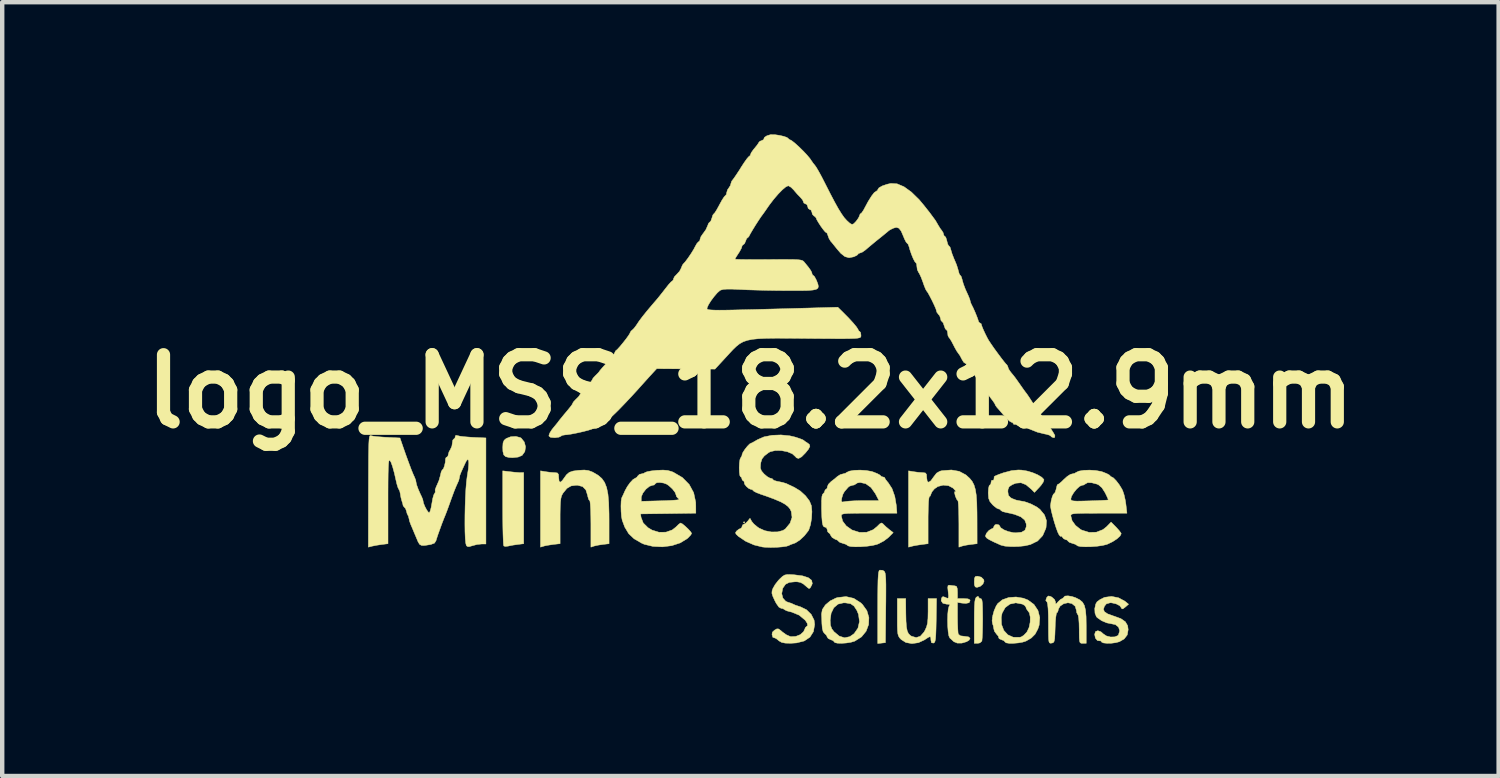
<source format=kicad_pcb>
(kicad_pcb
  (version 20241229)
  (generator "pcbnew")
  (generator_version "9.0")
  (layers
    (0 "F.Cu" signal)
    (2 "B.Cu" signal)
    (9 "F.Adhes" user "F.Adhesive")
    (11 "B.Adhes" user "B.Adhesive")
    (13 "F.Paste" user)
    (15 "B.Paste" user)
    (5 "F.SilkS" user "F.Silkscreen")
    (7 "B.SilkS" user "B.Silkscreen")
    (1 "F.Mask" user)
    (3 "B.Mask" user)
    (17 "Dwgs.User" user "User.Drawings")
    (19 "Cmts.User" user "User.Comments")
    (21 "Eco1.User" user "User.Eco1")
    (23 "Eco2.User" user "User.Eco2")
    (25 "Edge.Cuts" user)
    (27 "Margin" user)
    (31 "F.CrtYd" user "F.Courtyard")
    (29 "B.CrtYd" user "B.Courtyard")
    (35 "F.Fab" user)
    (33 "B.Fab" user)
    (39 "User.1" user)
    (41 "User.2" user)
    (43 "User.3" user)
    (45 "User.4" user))
  (footprint "logo_MSS_18.2x12.9mm"
    (layer "F.Cu")
    (at 13.977 5.833)
    (property "Reference" "logo_MSS_18.2x12.9mm" (at 0 0 0) (layer "F.SilkS") (effects (font (size 1.524 1.524) (thickness 0.3))))
    (attr through_hole)
    (fp_poly (pts (xy -0.127 2.969) (xy -0.143 2.985) (xy -0.159 2.969) (xy -0.143 2.953) (xy -0.127 2.969)) (stroke (width 0.01) (type solid)) (fill yes) (layer "F.SilkS"))
    (fp_poly (pts (xy 5.238 4.213) (xy 5.293 4.267) (xy 5.302 4.306) (xy 5.276 4.369) (xy 5.213 4.423) (xy 5.141 4.445) (xy 5.101 4.434) (xy 5.083 4.388) (xy 5.08 4.318) (xy 5.085 4.236) (xy 5.105 4.199) (xy 5.152 4.191) (xy 5.153 4.191) (xy 5.238 4.213)) (stroke (width 0.01) (type solid)) (fill yes) (layer "F.SilkS"))
    (fp_poly (pts (xy -5.453 1.821) (xy -5.343 1.833) (xy -5.249 1.84) (xy -5.215 1.841) (xy -5.144 1.841) (xy -5.144 3.454) (xy -5.278 3.471) (xy -5.385 3.486) (xy -5.477 3.504) (xy -5.493 3.508) (xy -5.561 3.516) (xy -5.596 3.505) (xy -5.603 3.469) (xy -5.608 3.377) (xy -5.613 3.239) (xy -5.617 3.063) (xy -5.619 2.858) (xy -5.62 2.641) (xy -5.62 1.801) (xy -5.453 1.821)) (stroke (width 0.01) (type solid)) (fill yes) (layer "F.SilkS"))
    (fp_poly (pts (xy -5.222 1.046) (xy -5.2 1.059) (xy -5.13 1.147) (xy -5.102 1.255) (xy -5.118 1.363) (xy -5.179 1.449) (xy -5.18 1.45) (xy -5.269 1.488) (xy -5.397 1.502) (xy -5.477 1.497) (xy -5.553 1.479) (xy -5.597 1.438) (xy -5.616 1.359) (xy -5.619 1.266) (xy -5.613 1.167) (xy -5.588 1.107) (xy -5.541 1.067) (xy -5.439 1.027) (xy -5.323 1.02) (xy -5.222 1.046)) (stroke (width 0.01) (type solid)) (fill yes) (layer "F.SilkS"))
    (fp_poly (pts (xy 2.994 4.056) (xy 3.03 4.074) (xy 3.046 4.092) (xy 3.058 4.124) (xy 3.066 4.178) (xy 3.072 4.261) (xy 3.075 4.381) (xy 3.075 4.546) (xy 3.074 4.762) (xy 3.072 4.905) (xy 3.064 5.699) (xy 2.977 5.709) (xy 2.889 5.719) (xy 2.889 4.895) (xy 2.89 4.638) (xy 2.892 4.438) (xy 2.895 4.287) (xy 2.901 4.181) (xy 2.908 4.111) (xy 2.919 4.071) (xy 2.933 4.054) (xy 2.934 4.054) (xy 2.994 4.056)) (stroke (width 0.01) (type solid)) (fill yes) (layer "F.SilkS"))
    (fp_poly (pts (xy 5.175 4.663) (xy 5.201 4.695) (xy 5.223 4.699) (xy 5.242 4.708) (xy 5.255 4.74) (xy 5.264 4.805) (xy 5.268 4.911) (xy 5.27 5.068) (xy 5.271 5.157) (xy 5.269 5.324) (xy 5.266 5.472) (xy 5.26 5.586) (xy 5.254 5.654) (xy 5.251 5.665) (xy 5.208 5.704) (xy 5.156 5.715) (xy 5.08 5.715) (xy 5.08 5.211) (xy 5.081 5.013) (xy 5.085 4.87) (xy 5.092 4.772) (xy 5.103 4.71) (xy 5.12 4.675) (xy 5.128 4.667) (xy 5.167 4.646) (xy 5.175 4.663)) (stroke (width 0.01) (type solid)) (fill yes) (layer "F.SilkS"))
    (fp_poly (pts (xy 3.527 5.024) (xy 3.531 5.21) (xy 3.541 5.343) (xy 3.559 5.435) (xy 3.588 5.496) (xy 3.631 5.538) (xy 3.655 5.553) (xy 3.761 5.584) (xy 3.856 5.554) (xy 3.939 5.46) (xy 3.961 5.422) (xy 3.997 5.342) (xy 4.019 5.257) (xy 4.029 5.148) (xy 4.032 4.994) (xy 4.032 4.993) (xy 4.032 4.699) (xy 4.224 4.699) (xy 4.216 5.199) (xy 4.212 5.388) (xy 4.207 5.524) (xy 4.2 5.615) (xy 4.189 5.669) (xy 4.174 5.698) (xy 4.153 5.709) (xy 4.151 5.709) (xy 4.109 5.7) (xy 4.096 5.643) (xy 4.096 5.638) (xy 4.093 5.582) (xy 4.078 5.562) (xy 4.036 5.579) (xy 3.955 5.632) (xy 3.95 5.636) (xy 3.812 5.7) (xy 3.665 5.72) (xy 3.529 5.696) (xy 3.421 5.628) (xy 3.419 5.626) (xy 3.384 5.588) (xy 3.361 5.549) (xy 3.346 5.499) (xy 3.338 5.423) (xy 3.334 5.311) (xy 3.334 5.15) (xy 3.334 5.118) (xy 3.334 4.699) (xy 3.524 4.699) (xy 3.527 5.024)) (stroke (width 0.01) (type solid)) (fill yes) (layer "F.SilkS"))
    (fp_poly (pts (xy 4.528 4.397) (xy 4.611 4.408) (xy 4.643 4.411) (xy 4.679 4.426) (xy 4.695 4.476) (xy 4.699 4.556) (xy 4.699 4.699) (xy 4.842 4.699) (xy 4.938 4.706) (xy 4.981 4.729) (xy 4.985 4.744) (xy 4.962 4.793) (xy 4.889 4.809) (xy 4.802 4.802) (xy 4.699 4.786) (xy 4.699 5.121) (xy 4.701 5.265) (xy 4.706 5.388) (xy 4.712 5.475) (xy 4.718 5.506) (xy 4.765 5.544) (xy 4.861 5.556) (xy 4.951 5.569) (xy 4.985 5.601) (xy 4.961 5.644) (xy 4.904 5.678) (xy 4.797 5.709) (xy 4.693 5.709) (xy 4.618 5.678) (xy 4.613 5.674) (xy 4.555 5.62) (xy 4.526 5.595) (xy 4.503 5.545) (xy 4.487 5.448) (xy 4.477 5.323) (xy 4.474 5.186) (xy 4.478 5.055) (xy 4.489 4.945) (xy 4.507 4.875) (xy 4.515 4.864) (xy 4.528 4.838) (xy 4.491 4.827) (xy 4.455 4.826) (xy 4.368 4.806) (xy 4.329 4.75) (xy 4.338 4.684) (xy 4.368 4.654) (xy 4.414 4.668) (xy 4.467 4.692) (xy 4.492 4.685) (xy 4.496 4.636) (xy 4.487 4.542) (xy 4.478 4.45) (xy 4.484 4.405) (xy 4.508 4.395) (xy 4.528 4.397)) (stroke (width 0.01) (type solid)) (fill yes) (layer "F.SilkS"))
    (fp_poly (pts (xy 2.345 4.694) (xy 2.504 4.796) (xy 2.541 4.831) (xy 2.643 4.973) (xy 2.689 5.13) (xy 2.682 5.289) (xy 2.626 5.439) (xy 2.521 5.568) (xy 2.372 5.662) (xy 2.364 5.666) (xy 2.279 5.691) (xy 2.174 5.707) (xy 2.067 5.714) (xy 1.975 5.711) (xy 1.917 5.698) (xy 1.905 5.684) (xy 1.878 5.654) (xy 1.826 5.633) (xy 1.766 5.605) (xy 1.746 5.576) (xy 1.723 5.529) (xy 1.688 5.496) (xy 1.651 5.451) (xy 1.631 5.372) (xy 1.622 5.262) (xy 1.62 5.192) (xy 1.81 5.192) (xy 1.81 5.192) (xy 1.817 5.305) (xy 1.847 5.386) (xy 1.897 5.451) (xy 2.017 5.551) (xy 2.137 5.589) (xy 2.256 5.563) (xy 2.354 5.494) (xy 2.441 5.369) (xy 2.475 5.22) (xy 2.453 5.058) (xy 2.417 4.97) (xy 2.353 4.871) (xy 2.275 4.816) (xy 2.162 4.797) (xy 2.111 4.796) (xy 1.988 4.825) (xy 1.893 4.906) (xy 1.832 5.031) (xy 1.81 5.192) (xy 1.62 5.192) (xy 1.619 5.157) (xy 1.615 5.08) (xy 1.614 5.051) (xy 1.632 4.948) (xy 1.701 4.844) (xy 1.808 4.753) (xy 1.941 4.687) (xy 1.981 4.675) (xy 2.17 4.654) (xy 2.345 4.694)) (stroke (width 0.01) (type solid)) (fill yes) (layer "F.SilkS"))
    (fp_poly (pts (xy 6.195 4.691) (xy 6.296 4.731) (xy 6.434 4.832) (xy 6.525 4.969) (xy 6.566 5.13) (xy 6.552 5.302) (xy 6.523 5.389) (xy 6.46 5.507) (xy 6.374 5.593) (xy 6.258 5.661) (xy 6.18 5.687) (xy 6.078 5.705) (xy 5.969 5.714) (xy 5.871 5.714) (xy 5.802 5.703) (xy 5.779 5.684) (xy 5.752 5.654) (xy 5.699 5.633) (xy 5.646 5.61) (xy 5.635 5.589) (xy 5.626 5.552) (xy 5.587 5.508) (xy 5.539 5.443) (xy 5.524 5.39) (xy 5.509 5.309) (xy 5.496 5.276) (xy 5.484 5.203) (xy 5.494 5.122) (xy 5.692 5.122) (xy 5.698 5.286) (xy 5.75 5.422) (xy 5.841 5.521) (xy 5.963 5.576) (xy 6.106 5.578) (xy 6.144 5.57) (xy 6.203 5.533) (xy 6.268 5.465) (xy 6.279 5.449) (xy 6.324 5.352) (xy 6.348 5.234) (xy 6.35 5.118) (xy 6.33 5.024) (xy 6.302 4.985) (xy 6.262 4.93) (xy 6.255 4.901) (xy 6.228 4.858) (xy 6.173 4.825) (xy 6.022 4.796) (xy 5.889 4.824) (xy 5.782 4.903) (xy 5.712 5.028) (xy 5.692 5.122) (xy 5.494 5.122) (xy 5.497 5.096) (xy 5.529 4.977) (xy 5.576 4.869) (xy 5.611 4.814) (xy 5.718 4.726) (xy 5.862 4.675) (xy 6.027 4.663) (xy 6.195 4.691)) (stroke (width 0.01) (type solid)) (fill yes) (layer "F.SilkS"))
    (fp_poly (pts (xy 8.352 4.681) (xy 8.495 4.757) (xy 8.505 4.765) (xy 8.581 4.827) (xy 8.505 4.893) (xy 8.451 4.933) (xy 8.426 4.929) (xy 8.42 4.913) (xy 8.381 4.861) (xy 8.3 4.819) (xy 8.199 4.796) (xy 8.164 4.794) (xy 8.077 4.819) (xy 8.033 4.873) (xy 8.011 4.943) (xy 8.034 4.999) (xy 8.108 5.047) (xy 8.238 5.094) (xy 8.25 5.097) (xy 8.407 5.155) (xy 8.508 5.225) (xy 8.56 5.314) (xy 8.572 5.404) (xy 8.551 5.524) (xy 8.482 5.614) (xy 8.373 5.677) (xy 8.293 5.699) (xy 8.194 5.712) (xy 8.095 5.714) (xy 8.014 5.706) (xy 7.972 5.688) (xy 7.969 5.681) (xy 7.946 5.657) (xy 7.93 5.659) (xy 7.873 5.65) (xy 7.828 5.595) (xy 7.811 5.511) (xy 7.831 5.448) (xy 7.884 5.428) (xy 7.954 5.453) (xy 8.007 5.5) (xy 8.078 5.547) (xy 8.173 5.571) (xy 8.268 5.568) (xy 8.338 5.539) (xy 8.351 5.524) (xy 8.38 5.431) (xy 8.354 5.348) (xy 8.284 5.29) (xy 8.192 5.271) (xy 8.086 5.25) (xy 7.969 5.2) (xy 7.873 5.133) (xy 7.852 5.112) (xy 7.819 5.031) (xy 7.814 4.925) (xy 7.836 4.823) (xy 7.866 4.772) (xy 7.933 4.722) (xy 8.026 4.676) (xy 8.044 4.67) (xy 8.194 4.65) (xy 8.352 4.681)) (stroke (width 0.01) (type solid)) (fill yes) (layer "F.SilkS"))
    (fp_poly (pts (xy -3.677 1.793) (xy -3.589 1.825) (xy -3.564 1.838) (xy -3.456 1.901) (xy -3.371 1.974) (xy -3.308 2.064) (xy -3.262 2.181) (xy -3.232 2.331) (xy -3.215 2.524) (xy -3.208 2.768) (xy -3.207 2.915) (xy -3.207 3.454) (xy -3.342 3.47) (xy -3.445 3.485) (xy -3.533 3.504) (xy -3.548 3.508) (xy -3.619 3.532) (xy -3.619 3.004) (xy -3.621 2.829) (xy -3.625 2.679) (xy -3.632 2.563) (xy -3.64 2.493) (xy -3.647 2.477) (xy -3.67 2.449) (xy -3.69 2.38) (xy -3.693 2.361) (xy -3.733 2.234) (xy -3.806 2.158) (xy -3.919 2.128) (xy -3.953 2.127) (xy -4.069 2.143) (xy -4.163 2.198) (xy -4.249 2.303) (xy -4.263 2.325) (xy -4.284 2.367) (xy -4.299 2.424) (xy -4.309 2.506) (xy -4.315 2.623) (xy -4.318 2.786) (xy -4.318 2.932) (xy -4.318 3.453) (xy -4.469 3.47) (xy -4.576 3.486) (xy -4.667 3.503) (xy -4.691 3.51) (xy -4.763 3.532) (xy -4.763 1.801) (xy -4.643 1.821) (xy -4.538 1.835) (xy -4.443 1.841) (xy -4.437 1.841) (xy -4.378 1.849) (xy -4.354 1.883) (xy -4.35 1.953) (xy -4.341 2.036) (xy -4.314 2.059) (xy -4.268 2.021) (xy -4.236 1.976) (xy -4.172 1.888) (xy -4.109 1.835) (xy -4.026 1.806) (xy -3.902 1.789) (xy -3.897 1.789) (xy -3.77 1.782) (xy -3.677 1.793)) (stroke (width 0.01) (type solid)) (fill yes) (layer "F.SilkS"))
    (fp_poly (pts (xy 4.738 1.812) (xy 4.89 1.893) (xy 4.976 1.971) (xy 5.032 2.04) (xy 5.074 2.121) (xy 5.104 2.222) (xy 5.125 2.354) (xy 5.137 2.526) (xy 5.142 2.746) (xy 5.143 2.894) (xy 5.144 3.454) (xy 5.009 3.47) (xy 4.905 3.485) (xy 4.817 3.504) (xy 4.802 3.508) (xy 4.731 3.532) (xy 4.731 3.004) (xy 4.729 2.829) (xy 4.726 2.679) (xy 4.72 2.563) (xy 4.713 2.493) (xy 4.707 2.477) (xy 4.683 2.449) (xy 4.654 2.383) (xy 4.648 2.367) (xy 4.633 2.3) (xy 4.636 2.272) (xy 4.641 2.273) (xy 4.667 2.282) (xy 4.656 2.256) (xy 4.613 2.207) (xy 4.598 2.192) (xy 4.496 2.137) (xy 4.374 2.125) (xy 4.253 2.156) (xy 4.177 2.208) (xy 4.122 2.274) (xy 4.096 2.33) (xy 4.096 2.335) (xy 4.078 2.376) (xy 4.064 2.381) (xy 4.052 2.412) (xy 4.042 2.502) (xy 4.036 2.646) (xy 4.032 2.839) (xy 4.032 2.918) (xy 4.032 3.454) (xy 3.897 3.471) (xy 3.789 3.487) (xy 3.691 3.505) (xy 3.675 3.509) (xy 3.588 3.532) (xy 3.588 1.801) (xy 3.707 1.821) (xy 3.812 1.835) (xy 3.908 1.841) (xy 3.913 1.841) (xy 3.972 1.849) (xy 3.996 1.883) (xy 4 1.953) (xy 4.012 2.036) (xy 4.044 2.06) (xy 4.095 2.026) (xy 4.157 1.94) (xy 4.224 1.853) (xy 4.3 1.809) (xy 4.347 1.797) (xy 4.561 1.781) (xy 4.738 1.812)) (stroke (width 0.01) (type solid)) (fill yes) (layer "F.SilkS"))
    (fp_poly (pts (xy 7.299 4.653) (xy 7.378 4.679) (xy 7.469 4.725) (xy 7.535 4.78) (xy 7.578 4.855) (xy 7.604 4.962) (xy 7.617 5.11) (xy 7.62 5.307) (xy 7.62 5.715) (xy 7.541 5.715) (xy 7.505 5.713) (xy 7.481 5.699) (xy 7.469 5.663) (xy 7.463 5.591) (xy 7.461 5.472) (xy 7.461 5.399) (xy 7.458 5.261) (xy 7.45 5.15) (xy 7.438 5.081) (xy 7.429 5.064) (xy 7.405 5.02) (xy 7.398 4.969) (xy 7.37 4.874) (xy 7.295 4.812) (xy 7.205 4.794) (xy 7.108 4.816) (xy 7.029 4.869) (xy 6.987 4.941) (xy 6.985 4.96) (xy 6.971 5.008) (xy 6.954 5.016) (xy 6.941 5.046) (xy 6.929 5.127) (xy 6.919 5.248) (xy 6.915 5.358) (xy 6.91 5.509) (xy 6.904 5.607) (xy 6.893 5.666) (xy 6.876 5.695) (xy 6.849 5.707) (xy 6.834 5.709) (xy 6.806 5.712) (xy 6.787 5.703) (xy 6.774 5.674) (xy 6.767 5.615) (xy 6.764 5.517) (xy 6.763 5.37) (xy 6.763 5.259) (xy 6.761 5.077) (xy 6.755 4.931) (xy 6.745 4.829) (xy 6.733 4.781) (xy 6.731 4.778) (xy 6.702 4.741) (xy 6.72 4.684) (xy 6.729 4.669) (xy 6.759 4.64) (xy 6.804 4.648) (xy 6.84 4.666) (xy 6.902 4.721) (xy 6.923 4.776) (xy 6.926 4.819) (xy 6.943 4.816) (xy 6.983 4.77) (xy 7.037 4.719) (xy 7.077 4.699) (xy 7.11 4.676) (xy 7.112 4.667) (xy 7.139 4.642) (xy 7.207 4.637) (xy 7.299 4.653)) (stroke (width 0.01) (type solid)) (fill yes) (layer "F.SilkS"))
    (fp_poly (pts (xy 0.931 4.155) (xy 1 4.16) (xy 1.185 4.184) (xy 1.315 4.226) (xy 1.389 4.284) (xy 1.405 4.357) (xy 1.39 4.396) (xy 1.356 4.458) (xy 1.33 4.472) (xy 1.295 4.447) (xy 1.288 4.441) (xy 1.204 4.369) (xy 1.137 4.332) (xy 1.065 4.319) (xy 1.015 4.318) (xy 0.884 4.331) (xy 0.797 4.374) (xy 0.739 4.457) (xy 0.731 4.476) (xy 0.711 4.587) (xy 0.737 4.688) (xy 0.802 4.761) (xy 0.853 4.783) (xy 0.928 4.806) (xy 0.968 4.825) (xy 1.017 4.847) (xy 1.1 4.875) (xy 1.133 4.885) (xy 1.272 4.952) (xy 1.38 5.058) (xy 1.445 5.187) (xy 1.458 5.286) (xy 1.43 5.449) (xy 1.351 5.574) (xy 1.223 5.66) (xy 1.046 5.705) (xy 0.919 5.713) (xy 0.793 5.71) (xy 0.711 5.694) (xy 0.654 5.662) (xy 0.642 5.652) (xy 0.583 5.605) (xy 0.541 5.588) (xy 0.509 5.578) (xy 0.508 5.575) (xy 0.498 5.537) (xy 0.49 5.514) (xy 0.5 5.46) (xy 0.549 5.415) (xy 0.601 5.386) (xy 0.642 5.389) (xy 0.695 5.429) (xy 0.725 5.456) (xy 0.812 5.519) (xy 0.902 5.559) (xy 0.92 5.563) (xy 1.031 5.557) (xy 1.133 5.517) (xy 1.206 5.451) (xy 1.226 5.409) (xy 1.251 5.352) (xy 1.273 5.334) (xy 1.299 5.312) (xy 1.289 5.259) (xy 1.245 5.191) (xy 1.245 5.191) (xy 1.106 5.075) (xy 0.935 5.005) (xy 0.909 4.999) (xy 0.829 4.978) (xy 0.779 4.954) (xy 0.776 4.949) (xy 0.733 4.925) (xy 0.699 4.921) (xy 0.647 4.893) (xy 0.586 4.807) (xy 0.554 4.746) (xy 0.508 4.645) (xy 0.488 4.578) (xy 0.492 4.522) (xy 0.511 4.469) (xy 0.56 4.383) (xy 0.634 4.288) (xy 0.665 4.255) (xy 0.727 4.197) (xy 0.778 4.165) (xy 0.839 4.153) (xy 0.931 4.155)) (stroke (width 0.01) (type solid)) (fill yes) (layer "F.SilkS"))
    (fp_poly (pts (xy -1.875 1.792) (xy -1.781 1.819) (xy -1.746 1.834) (xy -1.543 1.953) (xy -1.389 2.109) (xy -1.287 2.297) (xy -1.241 2.513) (xy -1.239 2.579) (xy -1.238 2.761) (xy -1.865 2.77) (xy -2.492 2.778) (xy -2.481 2.856) (xy -2.432 2.983) (xy -2.323 3.091) (xy -2.23 3.146) (xy -2.074 3.194) (xy -1.916 3.192) (xy -1.774 3.142) (xy -1.691 3.077) (xy -1.631 3.018) (xy -1.589 2.986) (xy -1.583 2.985) (xy -1.543 3.005) (xy -1.481 3.056) (xy -1.413 3.12) (xy -1.358 3.18) (xy -1.334 3.218) (xy -1.333 3.22) (xy -1.356 3.259) (xy -1.411 3.318) (xy -1.435 3.339) (xy -1.591 3.435) (xy -1.784 3.498) (xy -1.997 3.525) (xy -2.211 3.515) (xy -2.409 3.467) (xy -2.47 3.44) (xy -2.639 3.342) (xy -2.761 3.227) (xy -2.851 3.077) (xy -2.909 2.921) (xy -2.925 2.837) (xy -2.934 2.722) (xy -2.937 2.6) (xy -2.933 2.492) (xy -2.477 2.492) (xy -2.056 2.481) (xy -1.899 2.476) (xy -1.766 2.469) (xy -1.67 2.462) (xy -1.622 2.455) (xy -1.619 2.453) (xy -1.628 2.429) (xy -1.643 2.422) (xy -1.678 2.382) (xy -1.684 2.355) (xy -1.709 2.289) (xy -1.77 2.21) (xy -1.852 2.135) (xy -1.899 2.103) (xy -1.97 2.077) (xy -2.053 2.065) (xy -2.123 2.069) (xy -2.158 2.09) (xy -2.159 2.095) (xy -2.185 2.122) (xy -2.22 2.127) (xy -2.293 2.153) (xy -2.372 2.218) (xy -2.438 2.303) (xy -2.474 2.386) (xy -2.477 2.408) (xy -2.477 2.492) (xy -2.933 2.492) (xy -2.933 2.492) (xy -2.922 2.421) (xy -2.919 2.413) (xy -2.89 2.353) (xy -2.852 2.268) (xy -2.846 2.254) (xy -2.794 2.159) (xy -2.729 2.068) (xy -2.665 1.999) (xy -2.615 1.969) (xy -2.611 1.968) (xy -2.573 1.943) (xy -2.56 1.921) (xy -2.517 1.88) (xy -2.484 1.873) (xy -2.416 1.856) (xy -2.392 1.839) (xy -2.345 1.821) (xy -2.254 1.803) (xy -2.137 1.79) (xy -2.124 1.789) (xy -1.981 1.783) (xy -1.875 1.792)) (stroke (width 0.01) (type solid)) (fill yes) (layer "F.SilkS"))
    (fp_poly (pts (xy 6.152 1.784) (xy 6.275 1.804) (xy 6.404 1.842) (xy 6.521 1.892) (xy 6.611 1.946) (xy 6.658 1.996) (xy 6.661 2.005) (xy 6.646 2.054) (xy 6.597 2.126) (xy 6.558 2.171) (xy 6.446 2.29) (xy 6.374 2.217) (xy 6.253 2.115) (xy 6.14 2.071) (xy 6.023 2.081) (xy 5.942 2.114) (xy 5.871 2.161) (xy 5.845 2.224) (xy 5.842 2.272) (xy 5.854 2.356) (xy 5.903 2.409) (xy 5.936 2.428) (xy 6.025 2.463) (xy 6.102 2.479) (xy 6.224 2.501) (xy 6.364 2.551) (xy 6.493 2.618) (xy 6.568 2.673) (xy 6.673 2.801) (xy 6.719 2.933) (xy 6.709 3.082) (xy 6.703 3.108) (xy 6.632 3.271) (xy 6.517 3.392) (xy 6.352 3.473) (xy 6.348 3.474) (xy 6.223 3.502) (xy 6.071 3.518) (xy 5.915 3.52) (xy 5.777 3.509) (xy 5.683 3.486) (xy 5.531 3.418) (xy 5.428 3.367) (xy 5.367 3.329) (xy 5.339 3.297) (xy 5.334 3.274) (xy 5.358 3.215) (xy 5.413 3.153) (xy 5.475 3.115) (xy 5.493 3.111) (xy 5.521 3.086) (xy 5.524 3.064) (xy 5.551 3.025) (xy 5.588 3.016) (xy 5.64 3.028) (xy 5.652 3.045) (xy 5.68 3.092) (xy 5.754 3.14) (xy 5.855 3.179) (xy 5.966 3.203) (xy 6.024 3.207) (xy 6.153 3.193) (xy 6.23 3.149) (xy 6.26 3.068) (xy 6.259 3.004) (xy 6.224 2.916) (xy 6.136 2.844) (xy 5.992 2.787) (xy 5.805 2.745) (xy 5.727 2.726) (xy 5.686 2.702) (xy 5.683 2.696) (xy 5.658 2.67) (xy 5.636 2.667) (xy 5.586 2.645) (xy 5.518 2.591) (xy 5.493 2.567) (xy 5.434 2.496) (xy 5.406 2.424) (xy 5.398 2.322) (xy 5.397 2.297) (xy 5.403 2.203) (xy 5.417 2.141) (xy 5.429 2.127) (xy 5.455 2.101) (xy 5.461 2.062) (xy 5.473 2.018) (xy 5.493 2.016) (xy 5.522 2.01) (xy 5.531 1.955) (xy 5.53 1.934) (xy 5.557 1.916) (xy 5.629 1.885) (xy 5.733 1.848) (xy 5.749 1.843) (xy 5.925 1.796) (xy 6.079 1.781) (xy 6.152 1.784)) (stroke (width 0.01) (type solid)) (fill yes) (layer "F.SilkS"))
    (fp_poly (pts (xy 7.834 1.793) (xy 7.959 1.815) (xy 7.998 1.828) (xy 8.088 1.864) (xy 8.146 1.896) (xy 8.16 1.911) (xy 8.184 1.936) (xy 8.194 1.937) (xy 8.239 1.962) (xy 8.302 2.027) (xy 8.37 2.116) (xy 8.429 2.213) (xy 8.448 2.252) (xy 8.48 2.348) (xy 8.508 2.474) (xy 8.521 2.564) (xy 8.544 2.762) (xy 7.907 2.762) (xy 7.691 2.763) (xy 7.53 2.764) (xy 7.417 2.767) (xy 7.342 2.773) (xy 7.298 2.782) (xy 7.277 2.796) (xy 7.271 2.815) (xy 7.271 2.823) (xy 7.299 2.931) (xy 7.376 3.038) (xy 7.487 3.127) (xy 7.519 3.145) (xy 7.685 3.197) (xy 7.849 3.193) (xy 7.998 3.135) (xy 8.083 3.068) (xy 8.184 2.964) (xy 8.299 3.08) (xy 8.364 3.152) (xy 8.406 3.208) (xy 8.414 3.228) (xy 8.387 3.28) (xy 8.317 3.344) (xy 8.219 3.408) (xy 8.109 3.461) (xy 8.081 3.472) (xy 7.984 3.495) (xy 7.861 3.512) (xy 7.728 3.522) (xy 7.6 3.524) (xy 7.495 3.519) (xy 7.428 3.505) (xy 7.415 3.495) (xy 7.374 3.468) (xy 7.302 3.445) (xy 7.236 3.422) (xy 7.207 3.395) (xy 7.207 3.395) (xy 7.182 3.369) (xy 7.161 3.365) (xy 7.109 3.341) (xy 7.083 3.31) (xy 7.057 3.278) (xy 7.049 3.285) (xy 7.034 3.287) (xy 7.003 3.251) (xy 6.972 3.188) (xy 6.934 3.083) (xy 6.893 2.954) (xy 6.856 2.82) (xy 6.826 2.699) (xy 6.811 2.611) (xy 6.81 2.584) (xy 6.825 2.48) (xy 6.837 2.435) (xy 7.271 2.435) (xy 7.275 2.459) (xy 7.292 2.475) (xy 7.335 2.484) (xy 7.411 2.488) (xy 7.532 2.486) (xy 7.691 2.482) (xy 7.847 2.477) (xy 7.979 2.471) (xy 8.073 2.466) (xy 8.119 2.462) (xy 8.121 2.462) (xy 8.112 2.432) (xy 8.081 2.363) (xy 8.048 2.296) (xy 7.976 2.183) (xy 7.9 2.118) (xy 7.862 2.101) (xy 7.742 2.07) (xy 7.651 2.069) (xy 7.604 2.095) (xy 7.559 2.123) (xy 7.526 2.127) (xy 7.47 2.152) (xy 7.401 2.215) (xy 7.335 2.297) (xy 7.286 2.379) (xy 7.271 2.435) (xy 6.837 2.435) (xy 6.849 2.39) (xy 6.875 2.33) (xy 6.891 2.318) (xy 6.914 2.29) (xy 6.936 2.222) (xy 6.94 2.205) (xy 6.957 2.136) (xy 6.973 2.107) (xy 6.976 2.108) (xy 7.004 2.095) (xy 7.061 2.047) (xy 7.11 1.998) (xy 7.188 1.928) (xy 7.259 1.882) (xy 7.291 1.873) (xy 7.361 1.856) (xy 7.388 1.838) (xy 7.454 1.807) (xy 7.563 1.789) (xy 7.696 1.784) (xy 7.834 1.793)) (stroke (width 0.01) (type solid)) (fill yes) (layer "F.SilkS"))
    (fp_poly (pts (xy 2.627 1.793) (xy 2.752 1.815) (xy 2.791 1.828) (xy 2.881 1.864) (xy 2.939 1.896) (xy 2.953 1.911) (xy 2.979 1.934) (xy 3 1.937) (xy 3.043 1.95) (xy 3.048 1.961) (xy 3.068 1.998) (xy 3.116 2.058) (xy 3.127 2.07) (xy 3.213 2.202) (xy 3.276 2.379) (xy 3.311 2.586) (xy 3.312 2.596) (xy 3.325 2.762) (xy 2.694 2.762) (xy 2.48 2.762) (xy 2.32 2.764) (xy 2.208 2.767) (xy 2.134 2.773) (xy 2.091 2.782) (xy 2.071 2.796) (xy 2.064 2.815) (xy 2.064 2.829) (xy 2.093 2.942) (xy 2.175 3.05) (xy 2.298 3.138) (xy 2.31 3.144) (xy 2.476 3.197) (xy 2.64 3.194) (xy 2.787 3.136) (xy 2.873 3.066) (xy 2.936 3.004) (xy 2.974 2.983) (xy 3.005 2.999) (xy 3.018 3.014) (xy 3.076 3.07) (xy 3.151 3.133) (xy 3.152 3.134) (xy 3.241 3.202) (xy 3.133 3.311) (xy 3.032 3.389) (xy 2.908 3.455) (xy 2.863 3.472) (xy 2.764 3.495) (xy 2.639 3.512) (xy 2.506 3.522) (xy 2.38 3.524) (xy 2.278 3.518) (xy 2.217 3.503) (xy 2.208 3.495) (xy 2.167 3.468) (xy 2.095 3.445) (xy 2.029 3.423) (xy 2 3.399) (xy 2 3.398) (xy 1.973 3.372) (xy 1.923 3.353) (xy 1.856 3.314) (xy 1.826 3.27) (xy 1.797 3.219) (xy 1.776 3.207) (xy 1.752 3.18) (xy 1.746 3.143) (xy 1.727 3.092) (xy 1.701 3.08) (xy 1.668 3.07) (xy 1.645 3.035) (xy 1.63 2.966) (xy 1.621 2.854) (xy 1.615 2.688) (xy 1.614 2.653) (xy 1.615 2.487) (xy 1.615 2.485) (xy 2.064 2.485) (xy 2.082 2.508) (xy 2.144 2.5) (xy 2.158 2.497) (xy 2.234 2.488) (xy 2.355 2.481) (xy 2.499 2.477) (xy 2.59 2.477) (xy 2.918 2.477) (xy 2.836 2.318) (xy 2.737 2.178) (xy 2.617 2.092) (xy 2.489 2.064) (xy 2.424 2.076) (xy 2.397 2.095) (xy 2.352 2.122) (xy 2.317 2.127) (xy 2.247 2.15) (xy 2.216 2.176) (xy 2.159 2.242) (xy 2.135 2.269) (xy 2.1 2.331) (xy 2.074 2.416) (xy 2.064 2.485) (xy 1.615 2.485) (xy 1.623 2.38) (xy 1.639 2.33) (xy 1.646 2.325) (xy 1.68 2.287) (xy 1.683 2.267) (xy 1.701 2.227) (xy 1.714 2.223) (xy 1.741 2.196) (xy 1.746 2.163) (xy 1.77 2.105) (xy 1.829 2.046) (xy 1.83 2.044) (xy 1.911 1.983) (xy 1.973 1.929) (xy 2.04 1.886) (xy 2.089 1.873) (xy 2.158 1.855) (xy 2.181 1.838) (xy 2.247 1.807) (xy 2.356 1.789) (xy 2.489 1.784) (xy 2.627 1.793)) (stroke (width 0.01) (type solid)) (fill yes) (layer "F.SilkS"))
    (fp_poly (pts (xy 0.894 1.006) (xy 1.002 1.031) (xy 1.103 1.063) (xy 1.178 1.091) (xy 1.206 1.106) (xy 1.245 1.137) (xy 1.284 1.161) (xy 1.337 1.2) (xy 1.35 1.244) (xy 1.319 1.307) (xy 1.252 1.391) (xy 1.161 1.483) (xy 1.093 1.52) (xy 1.043 1.504) (xy 1.026 1.482) (xy 0.953 1.415) (xy 0.839 1.367) (xy 0.704 1.341) (xy 0.568 1.339) (xy 0.451 1.366) (xy 0.412 1.388) (xy 0.317 1.461) (xy 0.264 1.528) (xy 0.237 1.611) (xy 0.231 1.65) (xy 0.227 1.739) (xy 0.252 1.804) (xy 0.311 1.872) (xy 0.382 1.932) (xy 0.443 1.966) (xy 0.458 1.968) (xy 0.502 1.983) (xy 0.508 1.996) (xy 0.536 2.018) (xy 0.606 2.039) (xy 0.636 2.044) (xy 0.732 2.064) (xy 0.808 2.087) (xy 0.819 2.091) (xy 0.881 2.121) (xy 0.971 2.163) (xy 1 2.177) (xy 1.132 2.258) (xy 1.25 2.366) (xy 1.34 2.484) (xy 1.384 2.592) (xy 1.396 2.727) (xy 1.388 2.879) (xy 1.364 3.023) (xy 1.327 3.136) (xy 1.313 3.162) (xy 1.225 3.274) (xy 1.121 3.371) (xy 1.021 3.435) (xy 0.984 3.449) (xy 0.911 3.474) (xy 0.873 3.494) (xy 0.818 3.512) (xy 0.718 3.526) (xy 0.591 3.536) (xy 0.456 3.539) (xy 0.33 3.534) (xy 0.27 3.528) (xy 0.083 3.482) (xy -0.106 3.399) (xy -0.265 3.293) (xy -0.271 3.288) (xy -0.327 3.235) (xy -0.337 3.2) (xy -0.31 3.163) (xy -0.309 3.162) (xy -0.255 3.121) (xy -0.225 3.111) (xy -0.194 3.086) (xy -0.191 3.064) (xy -0.172 3.022) (xy -0.156 3.016) (xy -0.112 2.994) (xy -0.065 2.947) (xy -0.009 2.877) (xy 0.029 2.947) (xy 0.078 3.006) (xy 0.158 3.073) (xy 0.2 3.102) (xy 0.328 3.159) (xy 0.474 3.187) (xy 0.617 3.186) (xy 0.738 3.154) (xy 0.794 3.118) (xy 0.9 2.989) (xy 0.945 2.856) (xy 0.928 2.725) (xy 0.901 2.669) (xy 0.856 2.612) (xy 0.786 2.558) (xy 0.684 2.502) (xy 0.54 2.441) (xy 0.347 2.37) (xy 0.23 2.33) (xy 0.139 2.295) (xy 0.078 2.263) (xy 0.064 2.248) (xy 0.038 2.225) (xy 0.017 2.223) (xy -0.035 2.202) (xy -0.091 2.155) (xy -0.133 2.1) (xy -0.14 2.059) (xy -0.14 2.059) (xy -0.147 2.034) (xy -0.157 2.032) (xy -0.187 2.006) (xy -0.191 1.984) (xy -0.208 1.942) (xy -0.222 1.937) (xy -0.239 1.908) (xy -0.25 1.831) (xy -0.254 1.732) (xy -0.249 1.624) (xy -0.237 1.543) (xy -0.222 1.508) (xy -0.194 1.463) (xy -0.19 1.435) (xy -0.171 1.385) (xy -0.125 1.314) (xy -0.068 1.242) (xy -0.015 1.189) (xy 0.013 1.175) (xy 0.049 1.159) (xy 0.119 1.119) (xy 0.165 1.092) (xy 0.308 1.03) (xy 0.491 0.994) (xy 0.693 0.986) (xy 0.894 1.006)) (stroke (width 0.01) (type solid)) (fill yes) (layer "F.SilkS"))
    (fp_poly (pts (xy -6.644 1.002) (xy -6.588 1.015) (xy -6.487 1.027) (xy -6.358 1.037) (xy -6.294 1.041) (xy -6.001 1.054) (xy -6.001 3.461) (xy -6.102 3.461) (xy -6.205 3.472) (xy -6.31 3.5) (xy -6.386 3.522) (xy -6.427 3.514) (xy -6.446 3.492) (xy -6.46 3.437) (xy -6.47 3.331) (xy -6.476 3.183) (xy -6.478 3.005) (xy -6.477 2.808) (xy -6.473 2.604) (xy -6.466 2.403) (xy -6.456 2.216) (xy -6.443 2.055) (xy -6.427 1.93) (xy -6.425 1.918) (xy -6.4 1.757) (xy -6.39 1.637) (xy -6.395 1.564) (xy -6.413 1.541) (xy -6.444 1.574) (xy -6.468 1.62) (xy -6.515 1.722) (xy -6.559 1.819) (xy -6.561 1.823) (xy -6.592 1.902) (xy -6.604 1.961) (xy -6.618 2.02) (xy -6.65 2.091) (xy -6.68 2.158) (xy -6.724 2.266) (xy -6.773 2.398) (xy -6.796 2.461) (xy -6.843 2.593) (xy -6.885 2.707) (xy -6.916 2.788) (xy -6.925 2.81) (xy -6.958 2.891) (xy -7.002 3.004) (xy -7.048 3.131) (xy -7.091 3.251) (xy -7.122 3.345) (xy -7.134 3.386) (xy -7.169 3.441) (xy -7.25 3.471) (xy -7.266 3.474) (xy -7.385 3.493) (xy -7.459 3.494) (xy -7.505 3.47) (xy -7.541 3.411) (xy -7.58 3.318) (xy -7.63 3.2) (xy -7.676 3.089) (xy -7.703 3.027) (xy -7.733 2.946) (xy -7.747 2.884) (xy -7.747 2.882) (xy -7.761 2.826) (xy -7.769 2.814) (xy -7.791 2.768) (xy -7.802 2.723) (xy -7.824 2.658) (xy -7.846 2.633) (xy -7.879 2.594) (xy -7.881 2.584) (xy -7.892 2.534) (xy -7.907 2.49) (xy -7.929 2.409) (xy -7.942 2.332) (xy -7.957 2.259) (xy -7.977 2.221) (xy -7.997 2.181) (xy -8.021 2.103) (xy -8.031 2.062) (xy -8.078 1.855) (xy -8.119 1.705) (xy -8.153 1.609) (xy -8.182 1.561) (xy -8.194 1.559) (xy -8.204 1.584) (xy -8.211 1.64) (xy -8.216 1.733) (xy -8.22 1.87) (xy -8.222 2.056) (xy -8.223 2.295) (xy -8.223 2.487) (xy -8.223 3.454) (xy -8.358 3.471) (xy -8.467 3.487) (xy -8.565 3.506) (xy -8.581 3.509) (xy -8.669 3.532) (xy -8.667 2.255) (xy -8.666 1.937) (xy -8.665 1.676) (xy -8.664 1.468) (xy -8.661 1.306) (xy -8.658 1.185) (xy -8.653 1.1) (xy -8.646 1.044) (xy -8.638 1.013) (xy -8.627 1) (xy -8.614 1.001) (xy -8.611 1.002) (xy -8.557 1.014) (xy -8.456 1.026) (xy -8.326 1.036) (xy -8.254 1.04) (xy -7.951 1.055) (xy -7.884 1.25) (xy -7.817 1.442) (xy -7.752 1.619) (xy -7.696 1.769) (xy -7.65 1.881) (xy -7.621 1.944) (xy -7.593 2.016) (xy -7.588 2.051) (xy -7.574 2.116) (xy -7.538 2.216) (xy -7.488 2.33) (xy -7.459 2.389) (xy -7.434 2.451) (xy -7.429 2.476) (xy -7.417 2.535) (xy -7.385 2.613) (xy -7.345 2.688) (xy -7.307 2.74) (xy -7.287 2.752) (xy -7.267 2.717) (xy -7.245 2.637) (xy -7.227 2.537) (xy -7.208 2.429) (xy -7.185 2.347) (xy -7.165 2.312) (xy -7.146 2.278) (xy -7.152 2.267) (xy -7.153 2.228) (xy -7.127 2.157) (xy -7.114 2.13) (xy -7.067 2.021) (xy -7.035 1.907) (xy -7.033 1.897) (xy -7.015 1.821) (xy -6.993 1.78) (xy -6.988 1.778) (xy -6.964 1.751) (xy -6.941 1.685) (xy -6.923 1.606) (xy -6.918 1.539) (xy -6.919 1.532) (xy -6.904 1.495) (xy -6.891 1.492) (xy -6.863 1.466) (xy -6.857 1.437) (xy -6.838 1.368) (xy -6.809 1.319) (xy -6.774 1.241) (xy -6.763 1.169) (xy -6.753 1.104) (xy -6.731 1.079) (xy -6.703 1.054) (xy -6.699 1.028) (xy -6.684 0.994) (xy -6.644 1.002)) (stroke (width 0.01) (type solid)) (fill yes) (layer "F.SilkS"))
    (fp_poly (pts (xy 0.554 -5.827) (xy 0.657 -5.812) (xy 0.757 -5.789) (xy 0.829 -5.764) (xy 0.852 -5.746) (xy 0.885 -5.716) (xy 0.891 -5.715) (xy 0.935 -5.693) (xy 1.008 -5.636) (xy 1.099 -5.554) (xy 1.194 -5.461) (xy 1.282 -5.368) (xy 1.351 -5.286) (xy 1.379 -5.244) (xy 1.425 -5.178) (xy 1.461 -5.135) (xy 1.496 -5.085) (xy 1.551 -4.992) (xy 1.618 -4.869) (xy 1.685 -4.738) (xy 1.809 -4.494) (xy 1.911 -4.3) (xy 1.995 -4.149) (xy 2.066 -4.034) (xy 2.128 -3.946) (xy 2.187 -3.88) (xy 2.246 -3.826) (xy 2.263 -3.813) (xy 2.305 -3.79) (xy 2.345 -3.806) (xy 2.398 -3.861) (xy 2.449 -3.931) (xy 2.476 -3.986) (xy 2.476 -3.993) (xy 2.492 -4.03) (xy 2.501 -4.032) (xy 2.529 -4.058) (xy 2.571 -4.122) (xy 2.586 -4.151) (xy 2.672 -4.311) (xy 2.748 -4.433) (xy 2.809 -4.512) (xy 2.85 -4.54) (xy 2.886 -4.565) (xy 2.889 -4.58) (xy 2.918 -4.622) (xy 2.994 -4.665) (xy 3.102 -4.702) (xy 3.188 -4.721) (xy 3.329 -4.712) (xy 3.485 -4.646) (xy 3.653 -4.525) (xy 3.829 -4.353) (xy 3.937 -4.224) (xy 4.004 -4.139) (xy 4.065 -4.062) (xy 4.071 -4.054) (xy 4.198 -3.882) (xy 4.276 -3.748) (xy 4.277 -3.747) (xy 4.318 -3.682) (xy 4.34 -3.657) (xy 4.376 -3.598) (xy 4.381 -3.57) (xy 4.397 -3.529) (xy 4.41 -3.524) (xy 4.434 -3.497) (xy 4.456 -3.428) (xy 4.459 -3.413) (xy 4.479 -3.34) (xy 4.502 -3.303) (xy 4.506 -3.302) (xy 4.53 -3.275) (xy 4.551 -3.208) (xy 4.551 -3.207) (xy 4.578 -3.118) (xy 4.62 -3.011) (xy 4.634 -2.98) (xy 4.679 -2.872) (xy 4.712 -2.766) (xy 4.718 -2.741) (xy 4.738 -2.67) (xy 4.76 -2.636) (xy 4.763 -2.635) (xy 4.784 -2.608) (xy 4.805 -2.54) (xy 4.807 -2.529) (xy 4.833 -2.439) (xy 4.876 -2.325) (xy 4.906 -2.259) (xy 4.949 -2.164) (xy 4.978 -2.091) (xy 4.985 -2.063) (xy 4.999 -2.011) (xy 5.015 -1.976) (xy 5.055 -1.897) (xy 5.099 -1.798) (xy 5.139 -1.7) (xy 5.167 -1.622) (xy 5.175 -1.589) (xy 5.198 -1.557) (xy 5.207 -1.556) (xy 5.238 -1.535) (xy 5.239 -1.528) (xy 5.252 -1.483) (xy 5.285 -1.402) (xy 5.33 -1.305) (xy 5.376 -1.214) (xy 5.406 -1.16) (xy 5.458 -1.082) (xy 5.527 -0.982) (xy 5.606 -0.874) (xy 5.684 -0.769) (xy 5.751 -0.682) (xy 5.799 -0.624) (xy 5.816 -0.609) (xy 5.84 -0.572) (xy 5.842 -0.558) (xy 5.861 -0.506) (xy 5.905 -0.441) (xy 5.964 -0.37) (xy 6.007 -0.315) (xy 6.05 -0.255) (xy 6.11 -0.17) (xy 6.129 -0.143) (xy 6.19 -0.056) (xy 6.236 0.008) (xy 6.255 0.032) (xy 6.279 0.064) (xy 6.328 0.136) (xy 6.392 0.235) (xy 6.413 0.266) (xy 6.483 0.373) (xy 6.542 0.46) (xy 6.581 0.514) (xy 6.587 0.52) (xy 6.629 0.573) (xy 6.691 0.658) (xy 6.761 0.761) (xy 6.828 0.862) (xy 6.881 0.947) (xy 6.909 0.997) (xy 6.909 0.997) (xy 6.906 1.04) (xy 6.88 1.048) (xy 6.831 1.03) (xy 6.821 1.015) (xy 6.785 0.991) (xy 6.71 0.969) (xy 6.683 0.965) (xy 6.512 0.923) (xy 6.332 0.851) (xy 6.279 0.824) (xy 6.203 0.8) (xy 6.146 0.794) (xy 6.078 0.782) (xy 6.048 0.761) (xy 6.01 0.743) (xy 5.999 0.747) (xy 5.971 0.743) (xy 5.969 0.732) (xy 5.944 0.702) (xy 5.926 0.699) (xy 5.884 0.676) (xy 5.818 0.617) (xy 5.759 0.552) (xy 5.686 0.465) (xy 5.625 0.395) (xy 5.596 0.363) (xy 5.562 0.317) (xy 5.556 0.301) (xy 5.538 0.265) (xy 5.492 0.199) (xy 5.461 0.159) (xy 5.405 0.083) (xy 5.37 0.026) (xy 5.365 0.011) (xy 5.343 -0.026) (xy 5.291 -0.087) (xy 5.27 -0.108) (xy 5.191 -0.203) (xy 5.125 -0.31) (xy 5.12 -0.321) (xy 5.067 -0.407) (xy 5.006 -0.471) (xy 4.993 -0.48) (xy 4.938 -0.53) (xy 4.921 -0.577) (xy 4.903 -0.625) (xy 4.881 -0.635) (xy 4.842 -0.661) (xy 4.802 -0.725) (xy 4.799 -0.731) (xy 4.758 -0.81) (xy 4.718 -0.866) (xy 4.683 -0.916) (xy 4.635 -1.001) (xy 4.607 -1.056) (xy 4.561 -1.144) (xy 4.521 -1.207) (xy 4.506 -1.224) (xy 4.483 -1.266) (xy 4.477 -1.319) (xy 4.467 -1.378) (xy 4.448 -1.397) (xy 4.421 -1.424) (xy 4.398 -1.49) (xy 4.397 -1.492) (xy 4.374 -1.559) (xy 4.348 -1.587) (xy 4.347 -1.587) (xy 4.323 -1.614) (xy 4.318 -1.647) (xy 4.295 -1.717) (xy 4.27 -1.746) (xy 4.23 -1.799) (xy 4.223 -1.827) (xy 4.209 -1.874) (xy 4.173 -1.957) (xy 4.125 -2.058) (xy 4.073 -2.159) (xy 4.028 -2.241) (xy 3.997 -2.284) (xy 3.996 -2.286) (xy 3.975 -2.322) (xy 3.943 -2.401) (xy 3.913 -2.487) (xy 3.874 -2.591) (xy 3.836 -2.672) (xy 3.814 -2.707) (xy 3.787 -2.764) (xy 3.778 -2.832) (xy 3.771 -2.896) (xy 3.754 -2.921) (xy 3.729 -2.949) (xy 3.693 -3.019) (xy 3.654 -3.114) (xy 3.619 -3.216) (xy 3.602 -3.278) (xy 3.579 -3.341) (xy 3.555 -3.365) (xy 3.531 -3.393) (xy 3.496 -3.462) (xy 3.474 -3.516) (xy 3.421 -3.639) (xy 3.37 -3.705) (xy 3.31 -3.724) (xy 3.243 -3.705) (xy 3.177 -3.673) (xy 3.143 -3.652) (xy 3.112 -3.625) (xy 3.046 -3.571) (xy 2.969 -3.508) (xy 2.854 -3.416) (xy 2.762 -3.34) (xy 2.664 -3.258) (xy 2.607 -3.209) (xy 2.54 -3.162) (xy 2.488 -3.143) (xy 2.448 -3.128) (xy 2.445 -3.118) (xy 2.418 -3.091) (xy 2.352 -3.059) (xy 2.34 -3.055) (xy 2.239 -3.035) (xy 2.146 -3.06) (xy 2.052 -3.134) (xy 1.968 -3.231) (xy 1.899 -3.317) (xy 1.843 -3.386) (xy 1.819 -3.413) (xy 1.783 -3.473) (xy 1.76 -3.538) (xy 1.739 -3.593) (xy 1.722 -3.605) (xy 1.698 -3.621) (xy 1.654 -3.674) (xy 1.599 -3.749) (xy 1.547 -3.829) (xy 1.507 -3.897) (xy 1.492 -3.936) (xy 1.467 -3.969) (xy 1.445 -3.98) (xy 1.405 -4.023) (xy 1.397 -4.063) (xy 1.377 -4.115) (xy 1.349 -4.128) (xy 1.311 -4.154) (xy 1.302 -4.191) (xy 1.282 -4.243) (xy 1.254 -4.255) (xy 1.212 -4.277) (xy 1.206 -4.296) (xy 1.185 -4.346) (xy 1.135 -4.405) (xy 1.065 -4.477) (xy 0.992 -4.562) (xy 0.986 -4.57) (xy 0.923 -4.633) (xy 0.866 -4.666) (xy 0.856 -4.667) (xy 0.804 -4.643) (xy 0.726 -4.578) (xy 0.632 -4.482) (xy 0.532 -4.366) (xy 0.436 -4.241) (xy 0.412 -4.207) (xy 0.35 -4.117) (xy 0.3 -4.046) (xy 0.278 -4.016) (xy 0.238 -3.962) (xy 0.181 -3.876) (xy 0.116 -3.775) (xy 0.054 -3.674) (xy 0.003 -3.588) (xy -0.027 -3.532) (xy -0.032 -3.52) (xy -0.056 -3.493) (xy -0.06 -3.493) (xy -0.088 -3.466) (xy -0.108 -3.413) (xy -0.134 -3.354) (xy -0.159 -3.334) (xy -0.188 -3.309) (xy -0.191 -3.293) (xy -0.207 -3.244) (xy -0.249 -3.168) (xy -0.27 -3.136) (xy -0.318 -3.062) (xy -0.346 -3.013) (xy -0.349 -3.004) (xy -0.319 -2.999) (xy -0.234 -2.996) (xy -0.103 -2.994) (xy 0.066 -2.993) (xy 0.263 -2.993) (xy 0.41 -2.994) (xy 0.649 -2.996) (xy 0.832 -2.996) (xy 0.968 -2.995) (xy 1.065 -2.991) (xy 1.13 -2.984) (xy 1.173 -2.974) (xy 1.2 -2.959) (xy 1.221 -2.938) (xy 1.227 -2.93) (xy 1.317 -2.82) (xy 1.37 -2.745) (xy 1.394 -2.696) (xy 1.397 -2.676) (xy 1.414 -2.638) (xy 1.425 -2.635) (xy 1.453 -2.609) (xy 1.49 -2.541) (xy 1.506 -2.505) (xy 1.532 -2.436) (xy 1.542 -2.384) (xy 1.532 -2.345) (xy 1.493 -2.318) (xy 1.42 -2.302) (xy 1.305 -2.292) (xy 1.143 -2.289) (xy 0.926 -2.289) (xy 0.83 -2.289) (xy 0.598 -2.291) (xy 0.358 -2.295) (xy 0.126 -2.301) (xy -0.077 -2.307) (xy -0.222 -2.314) (xy -0.401 -2.322) (xy -0.527 -2.323) (xy -0.613 -2.317) (xy -0.669 -2.302) (xy -0.69 -2.292) (xy -0.751 -2.239) (xy -0.823 -2.155) (xy -0.895 -2.059) (xy -0.952 -1.968) (xy -0.982 -1.899) (xy -0.984 -1.885) (xy -0.983 -1.875) (xy -0.976 -1.866) (xy -0.958 -1.858) (xy -0.926 -1.853) (xy -0.875 -1.849) (xy -0.801 -1.846) (xy -0.7 -1.845) (xy -0.566 -1.846) (xy -0.397 -1.849) (xy -0.187 -1.854) (xy 0.069 -1.86) (xy 0.373 -1.868) (xy 0.731 -1.877) (xy 1.147 -1.889) (xy 1.27 -1.892) (xy 1.984 -1.912) (xy 2.095 -1.803) (xy 2.224 -1.673) (xy 2.329 -1.559) (xy 2.404 -1.469) (xy 2.442 -1.411) (xy 2.445 -1.4) (xy 2.467 -1.367) (xy 2.477 -1.365) (xy 2.5 -1.338) (xy 2.508 -1.286) (xy 2.509 -1.263) (xy 2.507 -1.245) (xy 2.498 -1.23) (xy 2.475 -1.219) (xy 2.433 -1.21) (xy 2.366 -1.204) (xy 2.268 -1.201) (xy 2.134 -1.199) (xy 1.959 -1.199) (xy 1.736 -1.2) (xy 1.461 -1.202) (xy 1.175 -1.205) (xy 0.851 -1.208) (xy 0.583 -1.209) (xy 0.365 -1.206) (xy 0.188 -1.198) (xy 0.046 -1.184) (xy -0.068 -1.161) (xy -0.162 -1.129) (xy -0.243 -1.084) (xy -0.317 -1.026) (xy -0.394 -0.952) (xy -0.478 -0.862) (xy -0.528 -0.807) (xy -0.804 -0.508) (xy -2.126 -0.518) (xy -2.23 -0.405) (xy -2.295 -0.334) (xy -2.388 -0.231) (xy -2.495 -0.112) (xy -2.571 -0.027) (xy -2.702 0.116) (xy -2.851 0.274) (xy -2.994 0.422) (xy -3.051 0.478) (xy -3.185 0.606) (xy -3.3 0.699) (xy -3.418 0.771) (xy -3.559 0.837) (xy -3.604 0.856) (xy -3.683 0.881) (xy -3.8 0.911) (xy -3.933 0.941) (xy -4.061 0.966) (xy -4.163 0.981) (xy -4.202 0.984) (xy -4.27 0.995) (xy -4.302 1.016) (xy -4.344 1.036) (xy -4.423 1.047) (xy -4.447 1.048) (xy -4.532 1.041) (xy -4.568 1.016) (xy -4.572 0.996) (xy -4.553 0.943) (xy -4.504 0.866) (xy -4.476 0.83) (xy -4.413 0.754) (xy -4.367 0.697) (xy -4.357 0.682) (xy -4.324 0.64) (xy -4.267 0.57) (xy -4.239 0.536) (xy -4.143 0.421) (xy -4.082 0.346) (xy -4.048 0.3) (xy -4.034 0.275) (xy -4.032 0.265) (xy -4.011 0.232) (xy -3.96 0.178) (xy -3.953 0.172) (xy -3.899 0.118) (xy -3.874 0.083) (xy -3.873 0.081) (xy -3.852 0.042) (xy -3.797 -0.028) (xy -3.719 -0.114) (xy -3.675 -0.159) (xy -3.619 -0.22) (xy -3.589 -0.264) (xy -3.588 -0.27) (xy -3.567 -0.306) (xy -3.515 -0.362) (xy -3.508 -0.368) (xy -3.455 -0.421) (xy -3.429 -0.452) (xy -3.429 -0.454) (xy -3.409 -0.481) (xy -3.356 -0.543) (xy -3.279 -0.627) (xy -3.255 -0.654) (xy -3.173 -0.746) (xy -3.112 -0.823) (xy -3.082 -0.872) (xy -3.08 -0.878) (xy -3.06 -0.921) (xy -3.053 -0.926) (xy -3.018 -0.956) (xy -2.959 -1.021) (xy -2.889 -1.106) (xy -2.819 -1.195) (xy -2.763 -1.273) (xy -2.733 -1.323) (xy -2.731 -1.331) (xy -2.707 -1.373) (xy -2.688 -1.387) (xy -2.643 -1.431) (xy -2.589 -1.501) (xy -2.585 -1.508) (xy -2.525 -1.598) (xy -2.45 -1.698) (xy -2.353 -1.819) (xy -2.225 -1.971) (xy -2.117 -2.096) (xy -2.061 -2.165) (xy -1.985 -2.261) (xy -1.922 -2.342) (xy -1.855 -2.427) (xy -1.8 -2.487) (xy -1.771 -2.508) (xy -1.749 -2.534) (xy -1.746 -2.554) (xy -1.723 -2.604) (xy -1.671 -2.658) (xy -1.607 -2.728) (xy -1.572 -2.795) (xy -1.546 -2.86) (xy -1.528 -2.889) (xy -1.479 -2.942) (xy -1.413 -3.03) (xy -1.344 -3.132) (xy -1.284 -3.229) (xy -1.259 -3.278) (xy -1.218 -3.352) (xy -1.182 -3.394) (xy -1.173 -3.397) (xy -1.148 -3.423) (xy -1.143 -3.453) (xy -1.122 -3.514) (xy -1.073 -3.585) (xy -1.069 -3.589) (xy -1.01 -3.672) (xy -0.973 -3.755) (xy -0.948 -3.818) (xy -0.923 -3.842) (xy -0.897 -3.869) (xy -0.874 -3.935) (xy -0.873 -3.937) (xy -0.852 -4.004) (xy -0.83 -4.032) (xy -0.829 -4.032) (xy -0.805 -4.058) (xy -0.762 -4.127) (xy -0.708 -4.225) (xy -0.701 -4.239) (xy -0.646 -4.339) (xy -0.599 -4.412) (xy -0.569 -4.445) (xy -0.567 -4.445) (xy -0.545 -4.472) (xy -0.54 -4.506) (xy -0.518 -4.579) (xy -0.492 -4.615) (xy -0.453 -4.676) (xy -0.445 -4.71) (xy -0.424 -4.773) (xy -0.403 -4.8) (xy -0.369 -4.845) (xy -0.312 -4.929) (xy -0.241 -5.037) (xy -0.21 -5.088) (xy -0.14 -5.196) (xy -0.08 -5.28) (xy -0.039 -5.328) (xy -0.028 -5.334) (xy -0.002 -5.359) (xy 0.001 -5.374) (xy 0.02 -5.42) (xy 0.07 -5.49) (xy 0.096 -5.521) (xy 0.153 -5.591) (xy 0.187 -5.641) (xy 0.191 -5.652) (xy 0.217 -5.678) (xy 0.257 -5.693) (xy 0.303 -5.717) (xy 0.307 -5.738) (xy 0.321 -5.768) (xy 0.376 -5.803) (xy 0.382 -5.805) (xy 0.459 -5.828) (xy 0.554 -5.827)) (stroke (width 0.01) (type solid)) (fill yes) (layer "F.SilkS")))
  (gr_rect
    (start -3 -3)
    (end 30.955 14.558)
    (stroke (width 0.1) (type default))
    (fill no)
    (layer "Edge.Cuts")))
</source>
